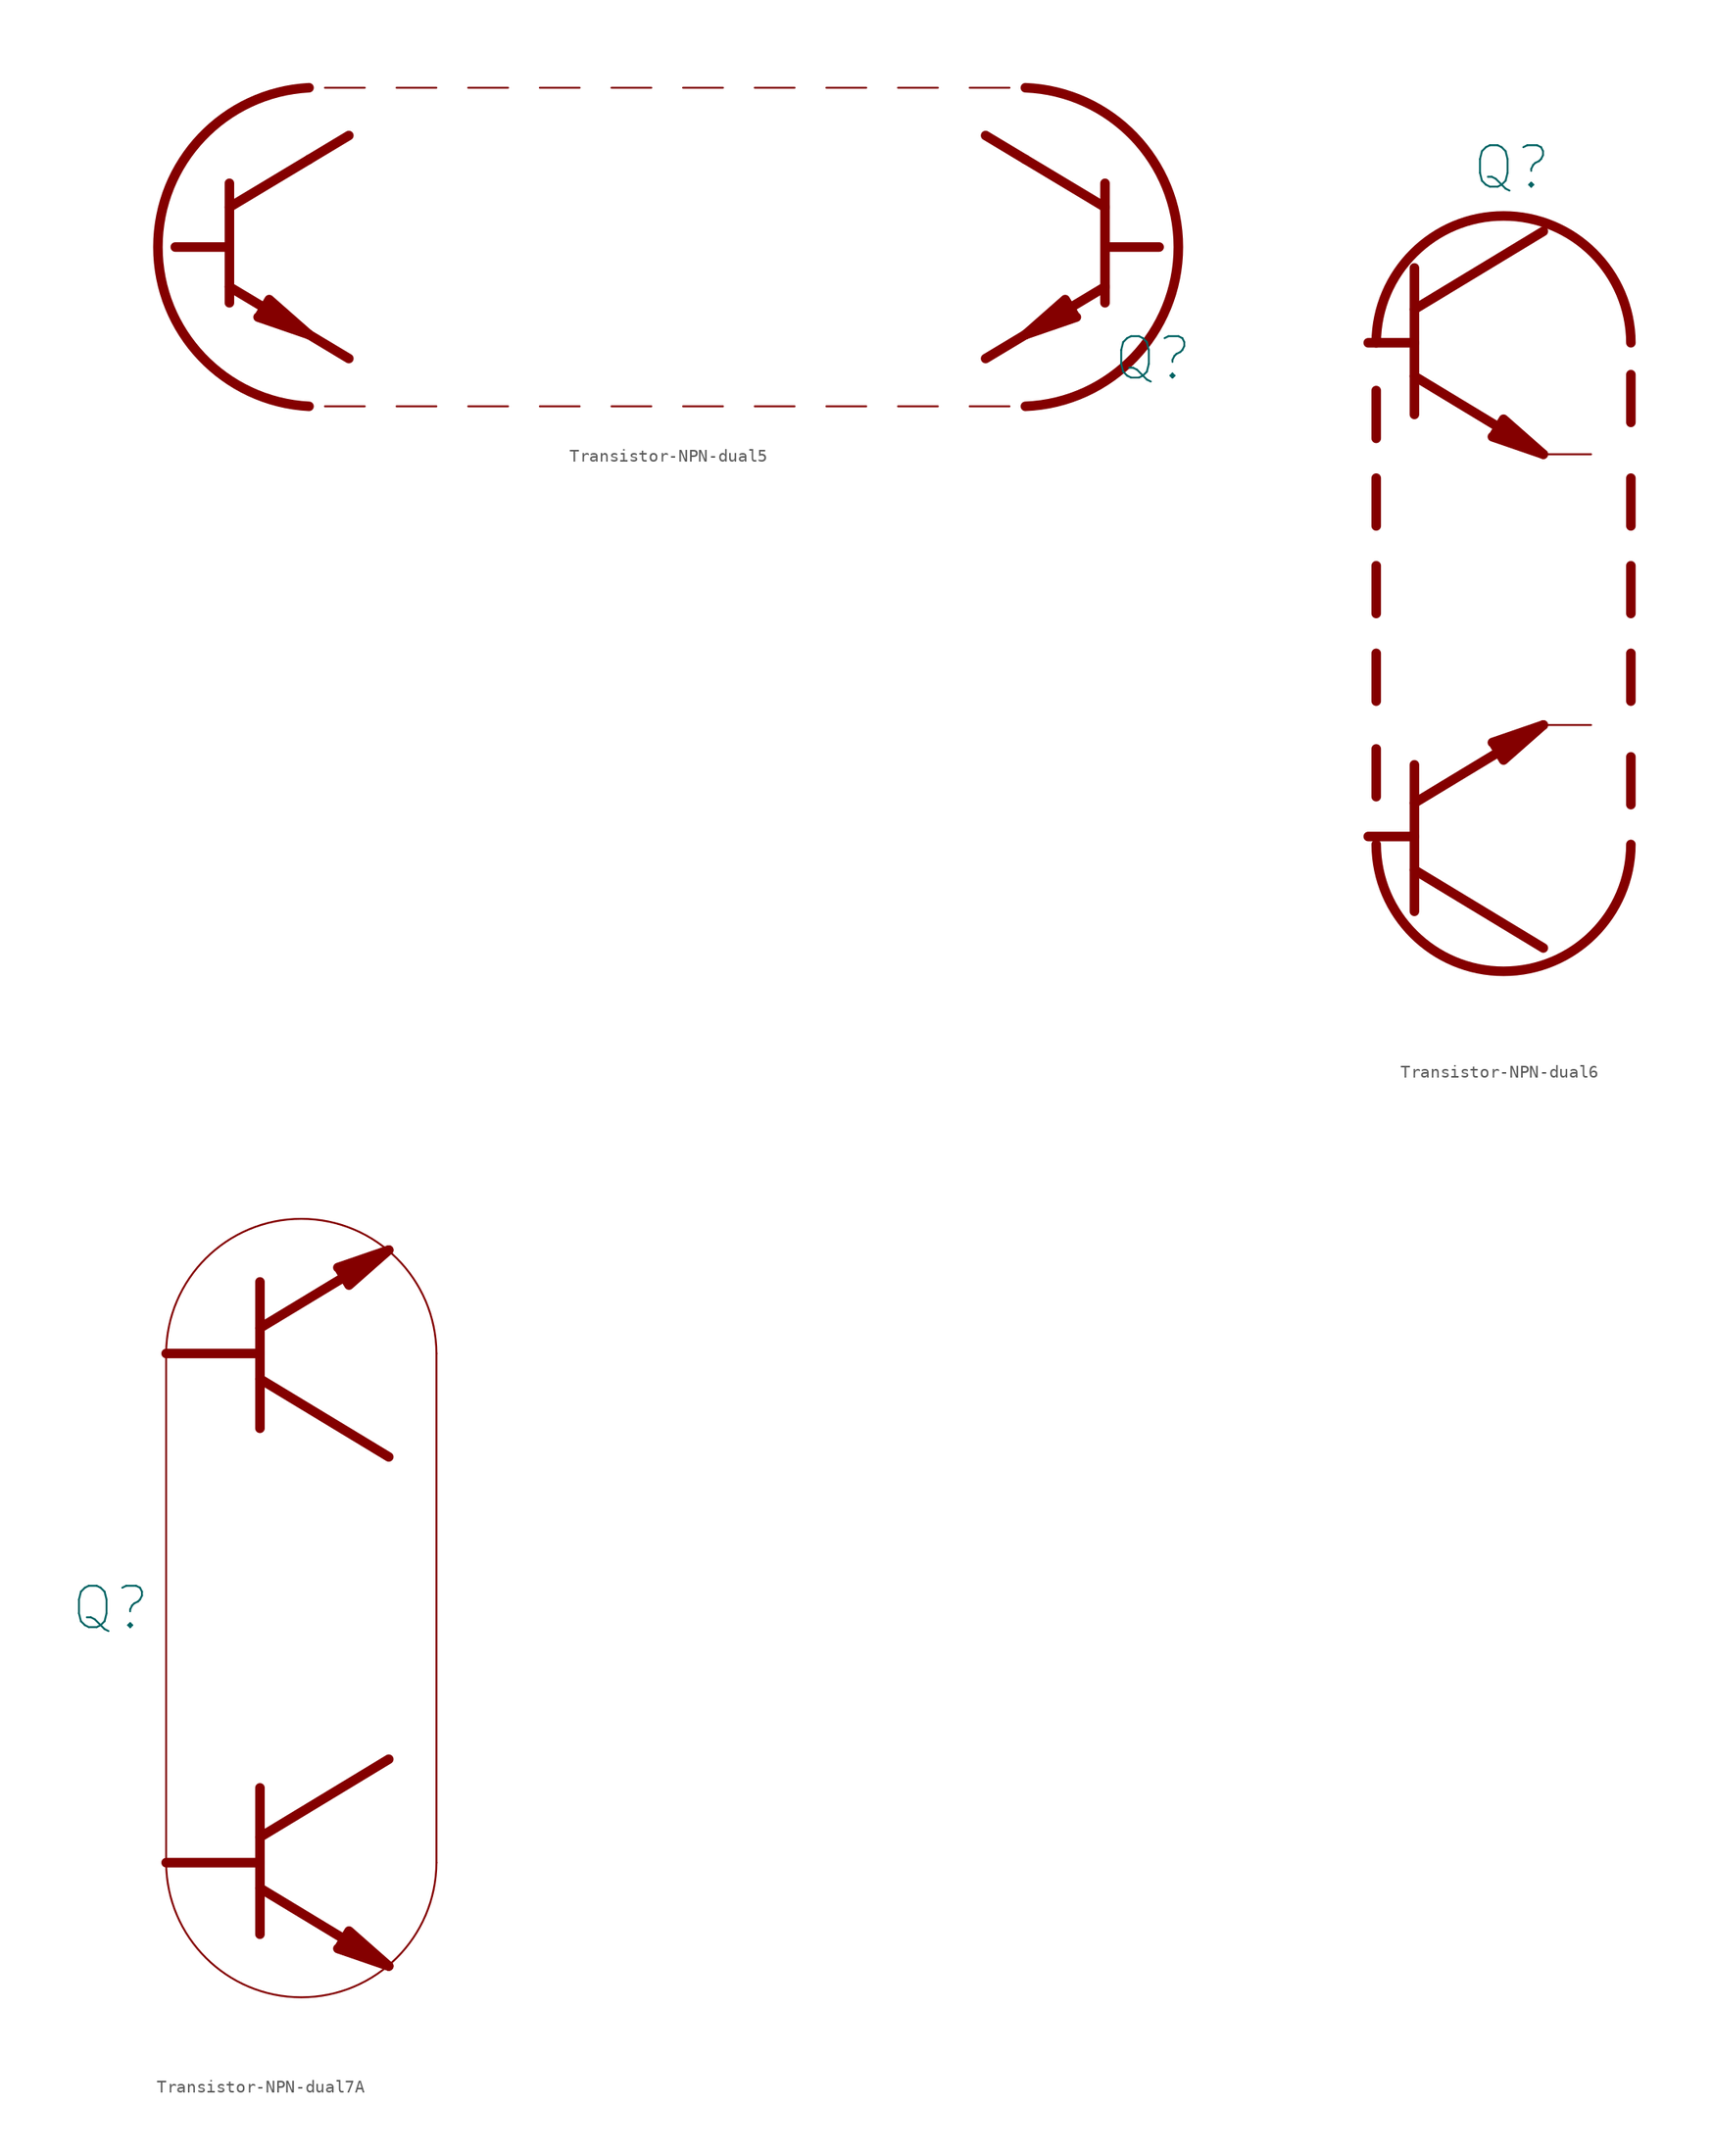
<source format=kicad_sym>
(kicad_symbol_lib
  (version 20211014)
  (generator kicad_symbol_editor)
  (symbol "Transistor-NPN-dual5"
    (pin_numbers hide)
    (pin_names
      (offset 0) hide)
    (property "Reference" "Q"
      (at 38.735 -8.89 0)
      (effects (font (size 3.302 3.302))))
    (symbol "Transistor-NPN-dual5_0_1"
      (arc (start -28.575 12.7) (mid -40.6318 0) (end -28.575 -12.7) (stroke (width 0.762) (type default) (color 0 0 0 0)) (fill (type none)))
      (polyline (pts (xy -34.925 -3.175) (xy -28.575 -6.985)) (stroke (width 0.762) (type default) (color 0 0 0 0)) (fill (type none)))
      (polyline (pts (xy -34.925 3.175) (xy -28.575 6.985)) (stroke (width 0.762) (type default) (color 0 0 0 0)) (fill (type none)))
      (polyline (pts (xy -34.925 5.08) (xy -34.925 -4.445)) (stroke (width 0.762) (type default) (color 0 0 0 0)) (fill (type none)))
      (polyline (pts (xy -28.575 -6.985) (xy -25.4 -8.89)) (stroke (width 0.762) (type default) (color 0 0 0 0)) (fill (type none)))
      (polyline (pts (xy -28.575 6.985) (xy -25.4 8.89)) (stroke (width 0.762) (type default) (color 0 0 0 0)) (fill (type none)))
      (polyline (pts (xy -27.305 -12.7) (xy -24.13 -12.7)) (stroke (width 0) (type default) (color 0 0 0 0)) (fill (type none)))
      (polyline (pts (xy -27.305 12.7) (xy -24.13 12.7)) (stroke (width 0) (type default) (color 0 0 0 0)) (fill (type none)))
      (polyline (pts (xy 28.575 -6.985) (xy 25.4 -8.89)) (stroke (width 0.762) (type default) (color 0 0 0 0)) (fill (type none)))
      (polyline (pts (xy 28.575 6.985) (xy 25.4 8.89)) (stroke (width 0.762) (type default) (color 0 0 0 0)) (fill (type none)))
      (polyline (pts (xy 34.925 -3.175) (xy 28.575 -6.985)) (stroke (width 0.762) (type default) (color 0 0 0 0)) (fill (type none)))
      (polyline (pts (xy 34.925 3.175) (xy 28.575 6.985)) (stroke (width 0.762) (type default) (color 0 0 0 0)) (fill (type none)))
      (polyline (pts (xy 34.925 5.08) (xy 34.925 -4.445)) (stroke (width 0.762) (type default) (color 0 0 0 0)) (fill (type none)))
      (polyline (pts (xy -35.052 0) (xy -38.735 0) (xy -39.243 0)) (stroke (width 0.762) (type default) (color 0 0 0 0)) (fill (type none)))
      (polyline (pts (xy 35.052 0) (xy 38.735 0) (xy 39.243 0)) (stroke (width 0.762) (type default) (color 0 0 0 0)) (fill (type none)))
      (polyline (pts (xy -32.512 -5.461) (xy -31.75 -4.191) (xy -28.575 -6.985) (xy -32.639 -5.588)) (stroke (width 0.762) (type default) (color 0 0 0 0)) (fill (type outline)))
      (polyline (pts (xy 32.512 -5.461) (xy 31.75 -4.191) (xy 28.575 -6.985) (xy 32.639 -5.588)) (stroke (width 0.762) (type default) (color 0 0 0 0)) (fill (type outline)))
      (arc (start 28.575 -12.7) (mid 40.7772 0) (end 28.575 12.7) (stroke (width 0.762) (type default) (color 0 0 0 0)) (fill (type none))))
    (symbol "Transistor-NPN-dual5_1_1"
      (polyline (pts (xy -21.59 -12.7) (xy -18.415 -12.7)) (stroke (width 0) (type default) (color 0 0 0 0)) (fill (type none)))
      (polyline (pts (xy -21.59 12.7) (xy -18.415 12.7)) (stroke (width 0) (type default) (color 0 0 0 0)) (fill (type none)))
      (polyline (pts (xy -15.875 -12.7) (xy -12.7 -12.7)) (stroke (width 0) (type default) (color 0 0 0 0)) (fill (type none)))
      (polyline (pts (xy -15.875 12.7) (xy -12.7 12.7)) (stroke (width 0) (type default) (color 0 0 0 0)) (fill (type none)))
      (polyline (pts (xy -10.16 -12.7) (xy -6.985 -12.7)) (stroke (width 0) (type default) (color 0 0 0 0)) (fill (type none)))
      (polyline (pts (xy -10.16 12.7) (xy -6.985 12.7)) (stroke (width 0) (type default) (color 0 0 0 0)) (fill (type none)))
      (polyline (pts (xy -4.445 -12.7) (xy -1.27 -12.7)) (stroke (width 0) (type default) (color 0 0 0 0)) (fill (type none)))
      (polyline (pts (xy -4.445 12.7) (xy -1.27 12.7)) (stroke (width 0) (type default) (color 0 0 0 0)) (fill (type none)))
      (polyline (pts (xy 1.27 -12.7) (xy 4.445 -12.7)) (stroke (width 0) (type default) (color 0 0 0 0)) (fill (type none)))
      (polyline (pts (xy 1.27 12.7) (xy 4.445 12.7)) (stroke (width 0) (type default) (color 0 0 0 0)) (fill (type none)))
      (polyline (pts (xy 6.985 -12.7) (xy 10.16 -12.7)) (stroke (width 0) (type default) (color 0 0 0 0)) (fill (type none)))
      (polyline (pts (xy 6.985 12.7) (xy 10.16 12.7)) (stroke (width 0) (type default) (color 0 0 0 0)) (fill (type none)))
      (polyline (pts (xy 12.7 -12.7) (xy 15.875 -12.7)) (stroke (width 0) (type default) (color 0 0 0 0)) (fill (type none)))
      (polyline (pts (xy 12.7 12.7) (xy 15.875 12.7)) (stroke (width 0) (type default) (color 0 0 0 0)) (fill (type none)))
      (polyline (pts (xy 18.415 -12.7) (xy 21.59 -12.7)) (stroke (width 0) (type default) (color 0 0 0 0)) (fill (type none)))
      (polyline (pts (xy 18.415 12.7) (xy 21.59 12.7)) (stroke (width 0) (type default) (color 0 0 0 0)) (fill (type none)))
      (polyline (pts (xy 24.13 -12.7) (xy 27.305 -12.7)) (stroke (width 0) (type default) (color 0 0 0 0)) (fill (type none)))
      (polyline (pts (xy 24.13 12.7) (xy 27.305 12.7)) (stroke (width 0) (type default) (color 0 0 0 0)) (fill (type none)))
      (pin passive line (at 25.4 8.89 270) (length 0) (name "C1" (effects (font (size 1.27 1.27)))) (number "1" (effects (font (size 1.27 1.27)))))
      (pin passive line (at 39.37 0 180) (length 0) (name "B1" (effects (font (size 1.27 1.27)))) (number "2" (effects (font (size 1.27 1.27)))))
      (pin passive line (at 25.4 -8.89 90) (length 0) (name "E1" (effects (font (size 1.27 1.27)))) (number "3" (effects (font (size 1.27 1.27)))))
      (pin passive line (at -25.4 8.89 270) (length 0) (name "C2" (effects (font (size 1.27 1.27)))) (number "4" (effects (font (size 1.27 1.27)))))
      (pin passive line (at -39.37 0 0) (length 0) (name "B2" (effects (font (size 1.27 1.27)))) (number "5" (effects (font (size 1.27 1.27)))))
      (pin passive line (at -25.4 -8.89 90) (length 0) (name "E2" (effects (font (size 1.27 1.27)))) (number "6" (effects (font (size 1.27 1.27)))))))
  (symbol "Transistor-NPN-dual6"
    (pin_numbers hide)
    (pin_names
      (offset 0) hide)
    (property "Reference" "Q"
      (at 0.635 33.655 0)
      (effects (font (size 3.302 3.302))))
    (symbol "Transistor-NPN-dual6_0_0"
      (polyline (pts (xy 10.16 8.89) (xy 10.16 5.08)) (stroke (width 0.762) (type default) (color 0 0 0 0)) (fill (type none))))
    (symbol "Transistor-NPN-dual6_0_1"
      (arc (start -10.16 -20.32) (mid 0 -30.48) (end 10.16 -20.32) (stroke (width 0.762) (type default) (color 0 0 0 0)) (fill (type none)))
      (polyline (pts (xy -7.112 -25.654) (xy -7.112 -13.97)) (stroke (width 0.762) (type default) (color 0 0 0 0)) (fill (type none)))
      (polyline (pts (xy -7.112 -22.352) (xy 3.175 -28.575)) (stroke (width 0.762) (type default) (color 0 0 0 0)) (fill (type none)))
      (polyline (pts (xy -7.112 -17.018) (xy 3.175 -10.795)) (stroke (width 0.762) (type default) (color 0 0 0 0)) (fill (type none)))
      (polyline (pts (xy -7.112 -19.685) (xy -10.16 -19.685) (xy -10.795 -19.685)) (stroke (width 0.762) (type default) (color 0 0 0 0)) (fill (type none)))
      (polyline (pts (xy -0.762 -12.319) (xy 0 -13.589) (xy 3.175 -10.795) (xy -0.889 -12.192)) (stroke (width 0.762) (type default) (color 0 0 0 0)) (fill (type outline))))
    (symbol "Transistor-NPN-dual6_1_0"
      (polyline (pts (xy -10.16 -12.7) (xy -10.16 -16.51)) (stroke (width 0.762) (type default) (color 0 0 0 0)) (fill (type none)))
      (polyline (pts (xy -10.16 -5.08) (xy -10.16 -8.89)) (stroke (width 0.762) (type default) (color 0 0 0 0)) (fill (type none)))
      (polyline (pts (xy -10.16 1.905) (xy -10.16 -1.905)) (stroke (width 0.762) (type default) (color 0 0 0 0)) (fill (type none)))
      (polyline (pts (xy -10.16 8.89) (xy -10.16 5.08)) (stroke (width 0.762) (type default) (color 0 0 0 0)) (fill (type none)))
      (polyline (pts (xy -10.16 15.875) (xy -10.16 12.065)) (stroke (width 0.762) (type default) (color 0 0 0 0)) (fill (type none)))
      (polyline (pts (xy 10.16 -13.335) (xy 10.16 -17.145)) (stroke (width 0.762) (type default) (color 0 0 0 0)) (fill (type none)))
      (polyline (pts (xy 10.16 -5.08) (xy 10.16 -8.89)) (stroke (width 0.762) (type default) (color 0 0 0 0)) (fill (type none)))
      (polyline (pts (xy 10.16 1.905) (xy 10.16 -1.905)) (stroke (width 0.762) (type default) (color 0 0 0 0)) (fill (type none)))
      (polyline (pts (xy 10.16 17.145) (xy 10.16 13.335)) (stroke (width 0.762) (type default) (color 0 0 0 0)) (fill (type none))))
    (symbol "Transistor-NPN-dual6_1_1"
      (polyline (pts (xy -7.112 17.018) (xy 3.175 10.795)) (stroke (width 0.762) (type default) (color 0 0 0 0)) (fill (type none)))
      (polyline (pts (xy -7.112 19.685) (xy -10.795 19.685)) (stroke (width 0.762) (type default) (color 0 0 0 0)) (fill (type none)))
      (polyline (pts (xy -7.112 22.352) (xy 3.175 28.575)) (stroke (width 0.762) (type default) (color 0 0 0 0)) (fill (type none)))
      (polyline (pts (xy -7.112 25.654) (xy -7.112 13.97)) (stroke (width 0.762) (type default) (color 0 0 0 0)) (fill (type none)))
      (polyline (pts (xy -0.762 12.319) (xy 0 13.589) (xy 3.175 10.795) (xy -0.889 12.192)) (stroke (width 0.762) (type default) (color 0 0 0 0)) (fill (type outline)))
      (arc (start 10.16 19.685) (mid 0 29.845) (end -10.16 19.685) (stroke (width 0.762) (type default) (color 0 0 0 0)) (fill (type none)))
      (pin passive line (at 6.985 10.795 180) (length 3.81) (name "C1" (effects (font (size 1.27 1.27)))) (number "1" (effects (font (size 1.27 1.27)))))
      (pin passive line (at -10.795 19.685 0) (length 0) (name "B1" (effects (font (size 1.27 1.27)))) (number "2" (effects (font (size 1.27 1.27)))))
      (pin passive line (at 3.175 28.575 180) (length 0) (name "E1" (effects (font (size 1.27 1.27)))) (number "3" (effects (font (size 1.27 1.27)))))
      (pin passive line (at 6.985 -10.795 180) (length 3.81) (name "C2" (effects (font (size 1.27 1.27)))) (number "4" (effects (font (size 1.27 1.27)))))
      (pin passive line (at -10.795 -19.685 0) (length 0) (name "B2" (effects (font (size 1.27 1.27)))) (number "5" (effects (font (size 1.27 1.27)))))
      (pin passive line (at 3.175 -28.575 180) (length 0) (name "E2" (effects (font (size 1.27 1.27)))) (number "6" (effects (font (size 1.27 1.27)))))))
  (symbol "Transistor-NPN-dual7A"
    (pin_numbers hide)
    (pin_names
      (offset 0) hide)
    (property "Reference" "Q"
      (at -15.24 0 0)
      (effects (font (size 3.302 3.302))))
    (symbol "Transistor-NPN-dual7A_0_1"
      (arc (start -10.795 -20.32) (mid 0 -31.0643) (end 10.795 -20.32) (stroke (width 0) (type default) (color 0 0 0 0)) (fill (type none)))
      (polyline (pts (xy -10.795 20.32) (xy -10.795 -20.32)) (stroke (width 0) (type default) (color 0 0 0 0)) (fill (type none)))
      (polyline (pts (xy -3.302 -22.352) (xy 6.985 -28.575)) (stroke (width 0.762) (type default) (color 0 0 0 0)) (fill (type none)))
      (polyline (pts (xy -3.302 -18.288) (xy 6.985 -12.065)) (stroke (width 0.762) (type default) (color 0 0 0 0)) (fill (type none)))
      (polyline (pts (xy -3.302 -14.351) (xy -3.302 -26.035)) (stroke (width 0.762) (type default) (color 0 0 0 0)) (fill (type none)))
      (polyline (pts (xy -3.302 14.351) (xy -3.302 26.035)) (stroke (width 0.762) (type default) (color 0 0 0 0)) (fill (type none)))
      (polyline (pts (xy -3.302 18.288) (xy 6.985 12.065)) (stroke (width 0.762) (type default) (color 0 0 0 0)) (fill (type none)))
      (polyline (pts (xy -3.302 22.352) (xy 6.985 28.575)) (stroke (width 0.762) (type default) (color 0 0 0 0)) (fill (type none)))
      (polyline (pts (xy 10.795 20.32) (xy 10.795 -20.32)) (stroke (width 0) (type default) (color 0 0 0 0)) (fill (type none)))
      (polyline (pts (xy -3.302 -20.32) (xy -10.795 -20.32) (xy -7.493 -20.32)) (stroke (width 0.762) (type default) (color 0 0 0 0)) (fill (type none)))
      (polyline (pts (xy -3.302 20.32) (xy -10.795 20.32) (xy -7.493 20.32)) (stroke (width 0.762) (type default) (color 0 0 0 0)) (fill (type none)))
      (polyline (pts (xy 3.048 -27.051) (xy 3.81 -25.781) (xy 6.985 -28.575) (xy 2.921 -27.178)) (stroke (width 0.762) (type default) (color 0 0 0 0)) (fill (type outline)))
      (polyline (pts (xy 3.048 27.051) (xy 3.81 25.781) (xy 6.985 28.575) (xy 2.921 27.178)) (stroke (width 0.762) (type default) (color 0 0 0 0)) (fill (type outline)))
      (arc (start 10.795 20.32) (mid 0 31.0643) (end -10.795 20.32) (stroke (width 0) (type default) (color 0 0 0 0)) (fill (type none))))
    (symbol "Transistor-NPN-dual7A_1_1"
      (pin passive line (at 6.985 -12.065 180) (length 0) (name "C1" (effects (font (size 1.27 1.27)))) (number "1" (effects (font (size 1.27 1.27)))))
      (pin passive line (at -10.795 -20.32 0) (length 0) (name "B1" (effects (font (size 1.27 1.27)))) (number "2" (effects (font (size 1.27 1.27)))))
      (pin passive line (at 6.985 -28.575 180) (length 0) (name "E1" (effects (font (size 1.27 1.27)))) (number "3" (effects (font (size 1.27 1.27)))))
      (pin passive line (at 6.985 12.065 180) (length 0) (name "C2" (effects (font (size 1.27 1.27)))) (number "4" (effects (font (size 1.27 1.27)))))
      (pin passive line (at -10.795 20.32 0) (length 0) (name "B2" (effects (font (size 1.27 1.27)))) (number "5" (effects (font (size 1.27 1.27)))))
      (pin passive line (at 6.985 28.575 180) (length 0) (name "E2" (effects (font (size 1.27 1.27)))) (number "6" (effects (font (size 1.27 1.27))))))))
</source>
